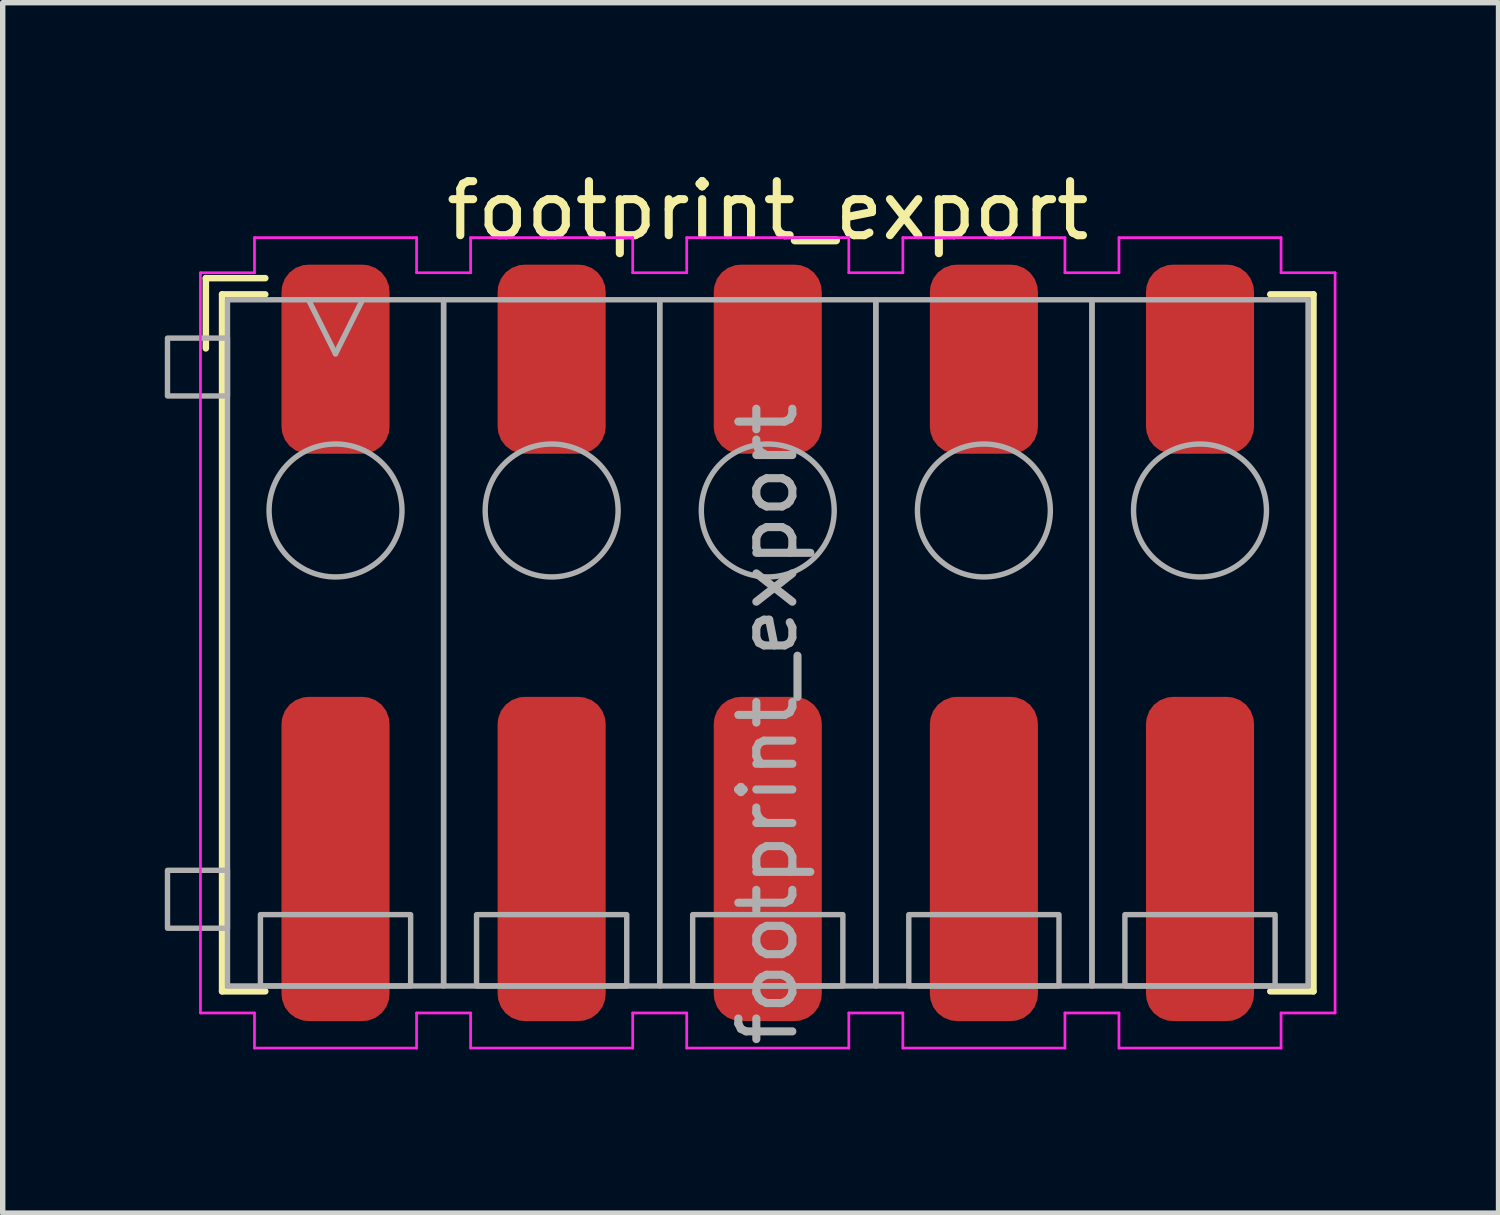
<source format=kicad_pcb>
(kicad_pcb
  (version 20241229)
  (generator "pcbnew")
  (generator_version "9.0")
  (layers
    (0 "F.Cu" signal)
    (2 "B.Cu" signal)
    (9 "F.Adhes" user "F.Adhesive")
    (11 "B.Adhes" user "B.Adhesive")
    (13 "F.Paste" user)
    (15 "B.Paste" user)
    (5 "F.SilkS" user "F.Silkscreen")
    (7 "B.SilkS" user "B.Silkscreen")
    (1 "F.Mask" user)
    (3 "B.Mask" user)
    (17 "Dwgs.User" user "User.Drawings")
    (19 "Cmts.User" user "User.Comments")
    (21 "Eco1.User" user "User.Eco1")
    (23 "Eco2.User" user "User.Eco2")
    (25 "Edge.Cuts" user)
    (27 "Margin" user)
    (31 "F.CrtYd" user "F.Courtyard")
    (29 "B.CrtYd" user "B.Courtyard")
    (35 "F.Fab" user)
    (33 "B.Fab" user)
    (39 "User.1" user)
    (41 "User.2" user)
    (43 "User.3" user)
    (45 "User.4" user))
  (footprint "footprint_export"
    (layer "F.Cu")
    (at 11.16 8.848)
    (property "Reference" "footprint_export" (at 0 -8 0) (unlocked yes) (layer "F.SilkS") (effects (font (size 1 1) (thickness 0.15))))
    (attr smd)
    (fp_line (start -10.4 -6.75) (end -10.4 -5.45) (stroke (width 0.12) (type solid)) (layer "F.SilkS"))
    (fp_line (start -10.1 -6.45) (end -9.3 -6.45) (stroke (width 0.12) (type solid)) (layer "F.SilkS"))
    (fp_line (start -10.1 6.45) (end -10.1 -6.45) (stroke (width 0.12) (type solid)) (layer "F.SilkS"))
    (fp_line (start -10.1 6.45) (end -9.3 6.45) (stroke (width 0.12) (type solid)) (layer "F.SilkS"))
    (fp_line (start -9.3 -6.75) (end -10.4 -6.75) (stroke (width 0.12) (type solid)) (layer "F.SilkS"))
    (fp_line (start 10.1 -6.45) (end 9.3 -6.45) (stroke (width 0.12) (type solid)) (layer "F.SilkS"))
    (fp_line (start 10.1 -6.45) (end 10.1 6.45) (stroke (width 0.12) (type solid)) (layer "F.SilkS"))
    (fp_line (start 10.1 6.45) (end 9.3 6.45) (stroke (width 0.12) (type solid)) (layer "F.SilkS"))
    (fp_line (start -10.5 -6.85) (end -10.5 6.85) (stroke (width 0.05) (type solid)) (layer "F.CrtYd"))
    (fp_line (start -10.5 -6.85) (end -9.5 -6.85) (stroke (width 0.05) (type solid)) (layer "F.CrtYd"))
    (fp_line (start -9.5 -7.5) (end -6.5 -7.5) (stroke (width 0.05) (type solid)) (layer "F.CrtYd"))
    (fp_line (start -9.5 -6.85) (end -9.5 -7.5) (stroke (width 0.05) (type solid)) (layer "F.CrtYd"))
    (fp_line (start -9.5 6.85) (end -10.5 6.85) (stroke (width 0.05) (type solid)) (layer "F.CrtYd"))
    (fp_line (start -9.5 7.5) (end -9.5 6.85) (stroke (width 0.05) (type solid)) (layer "F.CrtYd"))
    (fp_line (start -6.5 -7.5) (end -6.5 -6.85) (stroke (width 0.05) (type solid)) (layer "F.CrtYd"))
    (fp_line (start -6.5 -6.85) (end -5.5 -6.85) (stroke (width 0.05) (type solid)) (layer "F.CrtYd"))
    (fp_line (start -6.5 6.85) (end -6.5 7.5) (stroke (width 0.05) (type solid)) (layer "F.CrtYd"))
    (fp_line (start -6.5 7.5) (end -9.5 7.5) (stroke (width 0.05) (type solid)) (layer "F.CrtYd"))
    (fp_line (start -5.5 -7.5) (end -2.5 -7.5) (stroke (width 0.05) (type solid)) (layer "F.CrtYd"))
    (fp_line (start -5.5 -6.85) (end -5.5 -7.5) (stroke (width 0.05) (type solid)) (layer "F.CrtYd"))
    (fp_line (start -5.5 6.85) (end -6.5 6.85) (stroke (width 0.05) (type solid)) (layer "F.CrtYd"))
    (fp_line (start -5.5 7.5) (end -5.5 6.85) (stroke (width 0.05) (type solid)) (layer "F.CrtYd"))
    (fp_line (start -2.5 -7.5) (end -2.5 -6.85) (stroke (width 0.05) (type solid)) (layer "F.CrtYd"))
    (fp_line (start -2.5 -6.85) (end -1.5 -6.85) (stroke (width 0.05) (type solid)) (layer "F.CrtYd"))
    (fp_line (start -2.5 6.85) (end -2.5 7.5) (stroke (width 0.05) (type solid)) (layer "F.CrtYd"))
    (fp_line (start -2.5 7.5) (end -5.5 7.5) (stroke (width 0.05) (type solid)) (layer "F.CrtYd"))
    (fp_line (start -1.5 -7.5) (end 1.5 -7.5) (stroke (width 0.05) (type solid)) (layer "F.CrtYd"))
    (fp_line (start -1.5 -6.85) (end -1.5 -7.5) (stroke (width 0.05) (type solid)) (layer "F.CrtYd"))
    (fp_line (start -1.5 6.85) (end -2.5 6.85) (stroke (width 0.05) (type solid)) (layer "F.CrtYd"))
    (fp_line (start -1.5 7.5) (end -1.5 6.85) (stroke (width 0.05) (type solid)) (layer "F.CrtYd"))
    (fp_line (start 1.5 -7.5) (end 1.5 -6.85) (stroke (width 0.05) (type solid)) (layer "F.CrtYd"))
    (fp_line (start 1.5 -6.85) (end 2.5 -6.85) (stroke (width 0.05) (type solid)) (layer "F.CrtYd"))
    (fp_line (start 1.5 6.85) (end 1.5 7.5) (stroke (width 0.05) (type solid)) (layer "F.CrtYd"))
    (fp_line (start 1.5 7.5) (end -1.5 7.5) (stroke (width 0.05) (type solid)) (layer "F.CrtYd"))
    (fp_line (start 2.5 -7.5) (end 5.5 -7.5) (stroke (width 0.05) (type solid)) (layer "F.CrtYd"))
    (fp_line (start 2.5 -6.85) (end 2.5 -7.5) (stroke (width 0.05) (type solid)) (layer "F.CrtYd"))
    (fp_line (start 2.5 6.85) (end 1.5 6.85) (stroke (width 0.05) (type solid)) (layer "F.CrtYd"))
    (fp_line (start 2.5 7.5) (end 2.5 6.85) (stroke (width 0.05) (type solid)) (layer "F.CrtYd"))
    (fp_line (start 5.5 -7.5) (end 5.5 -6.85) (stroke (width 0.05) (type solid)) (layer "F.CrtYd"))
    (fp_line (start 5.5 -6.85) (end 6.5 -6.85) (stroke (width 0.05) (type solid)) (layer "F.CrtYd"))
    (fp_line (start 5.5 6.85) (end 5.5 7.5) (stroke (width 0.05) (type solid)) (layer "F.CrtYd"))
    (fp_line (start 5.5 7.5) (end 2.5 7.5) (stroke (width 0.05) (type solid)) (layer "F.CrtYd"))
    (fp_line (start 6.5 -7.5) (end 9.5 -7.5) (stroke (width 0.05) (type solid)) (layer "F.CrtYd"))
    (fp_line (start 6.5 -6.85) (end 6.5 -7.5) (stroke (width 0.05) (type solid)) (layer "F.CrtYd"))
    (fp_line (start 6.5 6.85) (end 5.5 6.85) (stroke (width 0.05) (type solid)) (layer "F.CrtYd"))
    (fp_line (start 6.5 7.5) (end 6.5 6.85) (stroke (width 0.05) (type solid)) (layer "F.CrtYd"))
    (fp_line (start 9.5 -7.5) (end 9.5 -6.85) (stroke (width 0.05) (type solid)) (layer "F.CrtYd"))
    (fp_line (start 9.5 -6.85) (end 10.5 -6.85) (stroke (width 0.05) (type solid)) (layer "F.CrtYd"))
    (fp_line (start 9.5 6.85) (end 9.5 7.5) (stroke (width 0.05) (type solid)) (layer "F.CrtYd"))
    (fp_line (start 9.5 7.5) (end 6.5 7.5) (stroke (width 0.05) (type solid)) (layer "F.CrtYd"))
    (fp_line (start 10.5 -6.85) (end 10.5 6.85) (stroke (width 0.05) (type solid)) (layer "F.CrtYd"))
    (fp_line (start 10.5 6.85) (end 9.5 6.85) (stroke (width 0.05) (type solid)) (layer "F.CrtYd"))
    (fp_line (start -8 -5.35) (end -8.5 -6.35) (stroke (width 0.1) (type solid)) (layer "F.Fab"))
    (fp_line (start -7.5 -6.35) (end -8 -5.35) (stroke (width 0.1) (type solid)) (layer "F.Fab"))
    (fp_rect (start -11.11 -5.64) (end -10 -4.569) (stroke (width 0.1) (type solid)) (fill no) (layer "F.Fab"))
    (fp_rect (start -11.11 4.21) (end -10 5.282) (stroke (width 0.1) (type solid)) (fill no) (layer "F.Fab"))
    (fp_rect (start -10 -6.35) (end -6 6.35) (stroke (width 0.1) (type solid)) (fill no) (layer "F.Fab"))
    (fp_rect (start -9.39 5.03) (end -6.61 6.35) (stroke (width 0.1) (type solid)) (fill no) (layer "F.Fab"))
    (fp_rect (start -6 -6.35) (end -2 6.35) (stroke (width 0.1) (type solid)) (fill no) (layer "F.Fab"))
    (fp_rect (start -5.39 5.03) (end -2.61 6.35) (stroke (width 0.1) (type solid)) (fill no) (layer "F.Fab"))
    (fp_rect (start -2 -6.35) (end 2 6.35) (stroke (width 0.1) (type solid)) (fill no) (layer "F.Fab"))
    (fp_rect (start -1.39 5.03) (end 1.39 6.35) (stroke (width 0.1) (type solid)) (fill no) (layer "F.Fab"))
    (fp_rect (start 2 -6.35) (end 6 6.35) (stroke (width 0.1) (type solid)) (fill no) (layer "F.Fab"))
    (fp_rect (start 2.61 5.03) (end 5.39 6.35) (stroke (width 0.1) (type solid)) (fill no) (layer "F.Fab"))
    (fp_rect (start 6 -6.35) (end 10 6.35) (stroke (width 0.1) (type solid)) (fill no) (layer "F.Fab"))
    (fp_rect (start 6.61 5.03) (end 9.39 6.35) (stroke (width 0.1) (type solid)) (fill no) (layer "F.Fab"))
    (fp_circle (center -8 -2.45) (end -6.77 -2.45) (stroke (width 0.1) (type solid)) (fill no) (layer "F.Fab"))
    (fp_circle (center -4 -2.45) (end -2.77 -2.45) (stroke (width 0.1) (type solid)) (fill no) (layer "F.Fab"))
    (fp_circle (center 0 -2.45) (end 1.23 -2.45) (stroke (width 0.1) (type solid)) (fill no) (layer "F.Fab"))
    (fp_circle (center 4 -2.45) (end 5.23 -2.45) (stroke (width 0.1) (type solid)) (fill no) (layer "F.Fab"))
    (fp_circle (center 8 -2.45) (end 9.23 -2.45) (stroke (width 0.1) (type solid)) (fill no) (layer "F.Fab"))
    (fp_text user "${REFERENCE}" (at 0 1.5 90) (unlocked yes) (layer "F.Fab") (effects (font (size 1 1) (thickness 0.15))))
    (pad "1" smd roundrect (at -8 -5.25) (size 2 3.5) (layers "F.Cu" "F.Mask" "F.Paste") (roundrect_rratio 0.25))
    (pad "1" smd roundrect (at -8 4) (size 2 6) (layers "F.Cu" "F.Mask" "F.Paste") (roundrect_rratio 0.25))
    (pad "2" smd roundrect (at -4 -5.25) (size 2 3.5) (layers "F.Cu" "F.Mask" "F.Paste") (roundrect_rratio 0.25))
    (pad "2" smd roundrect (at -4 4) (size 2 6) (layers "F.Cu" "F.Mask" "F.Paste") (roundrect_rratio 0.25))
    (pad "3" smd roundrect (at 0 -5.25) (size 2 3.5) (layers "F.Cu" "F.Mask" "F.Paste") (roundrect_rratio 0.25))
    (pad "3" smd roundrect (at 0 4) (size 2 6) (layers "F.Cu" "F.Mask" "F.Paste") (roundrect_rratio 0.25))
    (pad "4" smd roundrect (at 4 -5.25) (size 2 3.5) (layers "F.Cu" "F.Mask" "F.Paste") (roundrect_rratio 0.25))
    (pad "4" smd roundrect (at 4 4) (size 2 6) (layers "F.Cu" "F.Mask" "F.Paste") (roundrect_rratio 0.25))
    (pad "5" smd roundrect (at 8 -5.25) (size 2 3.5) (layers "F.Cu" "F.Mask" "F.Paste") (roundrect_rratio 0.25))
    (pad "5" smd roundrect (at 8 4) (size 2 6) (layers "F.Cu" "F.Mask" "F.Paste") (roundrect_rratio 0.25)))
  (gr_rect
    (start -3 -3)
    (end 24.685 19.402)
    (stroke (width 0.1) (type default))
    (fill no)
    (layer "Edge.Cuts")))
</source>
